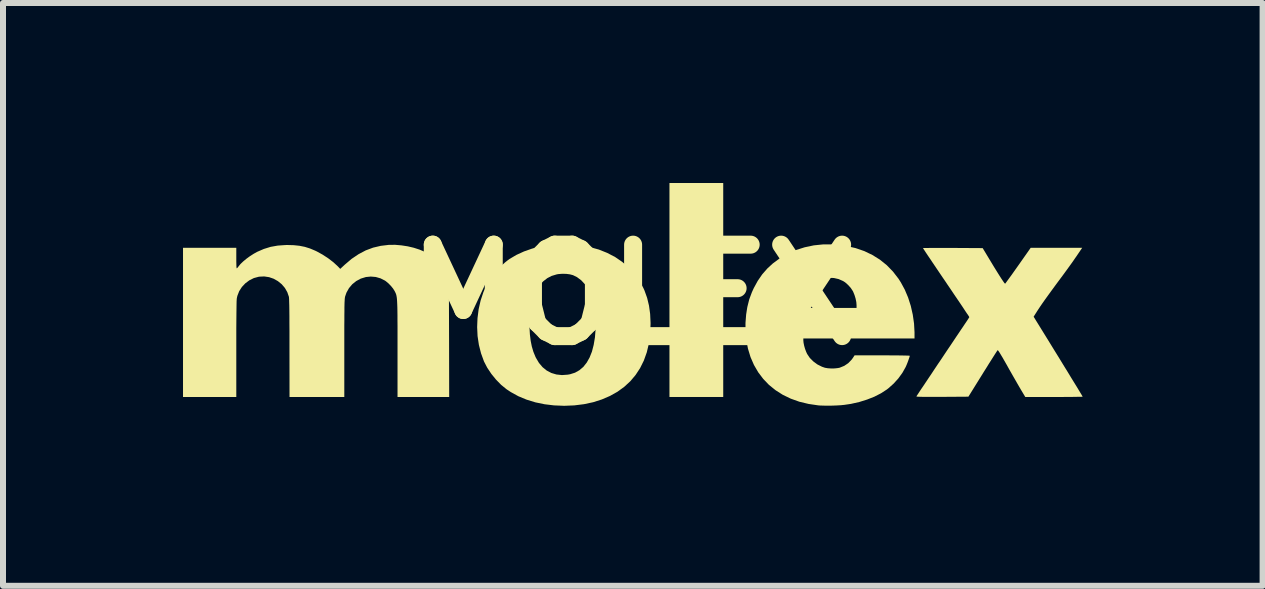
<source format=kicad_pcb>
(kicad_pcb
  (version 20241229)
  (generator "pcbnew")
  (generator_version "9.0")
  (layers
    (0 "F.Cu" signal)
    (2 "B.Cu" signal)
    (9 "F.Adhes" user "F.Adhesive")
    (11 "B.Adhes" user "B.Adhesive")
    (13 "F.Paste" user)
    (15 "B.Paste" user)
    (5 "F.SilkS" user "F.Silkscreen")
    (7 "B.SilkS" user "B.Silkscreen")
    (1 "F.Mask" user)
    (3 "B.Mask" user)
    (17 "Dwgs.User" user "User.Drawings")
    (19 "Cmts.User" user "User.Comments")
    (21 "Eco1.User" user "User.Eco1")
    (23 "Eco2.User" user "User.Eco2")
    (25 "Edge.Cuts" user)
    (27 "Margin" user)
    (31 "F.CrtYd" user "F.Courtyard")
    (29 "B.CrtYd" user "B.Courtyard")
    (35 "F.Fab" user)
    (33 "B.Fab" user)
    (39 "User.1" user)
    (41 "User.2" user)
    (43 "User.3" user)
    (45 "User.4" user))
  (footprint "MOLEX"
    (layer "F.Cu")
    (at 7.501 1.862)
    (property "Reference" "MOLEX" (at 0 0 0) (layer "F.SilkS") (effects (font (size 1.524 1.524) (thickness 0.3))))
    (attr board_only exclude_from_pos_files exclude_from_bom)
    (fp_poly (pts (xy 1.502 1.704) (xy 0.606 1.704) (xy 0.606 -1.862) (xy 1.502 -1.862)) (stroke (width 0) (type solid)) (fill yes) (layer "F.SilkS"))
    (fp_poly (pts (xy -0.952 -0.83) (xy -0.802 -0.81) (xy -0.72 -0.794) (xy -0.571 -0.753) (xy -0.431 -0.697) (xy -0.301 -0.629) (xy -0.182 -0.548) (xy -0.074 -0.455) (xy 0.021 -0.351) (xy 0.103 -0.237) (xy 0.171 -0.112) (xy 0.19 -0.07) (xy 0.234 0.053) (xy 0.265 0.182) (xy 0.284 0.32) (xy 0.291 0.469) (xy 0.291 0.487) (xy 0.284 0.655) (xy 0.263 0.813) (xy 0.228 0.96) (xy 0.179 1.097) (xy 0.116 1.224) (xy 0.041 1.338) (xy -0.047 1.442) (xy -0.148 1.535) (xy -0.261 1.617) (xy -0.386 1.687) (xy -0.521 1.745) (xy -0.665 1.791) (xy -0.819 1.824) (xy -0.98 1.844) (xy -1.148 1.851) (xy -1.318 1.844) (xy -1.476 1.825) (xy -1.63 1.793) (xy -1.776 1.748) (xy -1.913 1.691) (xy -2.038 1.622) (xy -2.108 1.576) (xy -2.199 1.502) (xy -2.285 1.414) (xy -2.363 1.318) (xy -2.431 1.216) (xy -2.484 1.114) (xy -2.485 1.112) (xy -2.534 0.977) (xy -2.57 0.836) (xy -2.592 0.689) (xy -2.599 0.54) (xy -2.596 0.458) (xy -1.729 0.458) (xy -1.727 0.54) (xy -1.72 0.661) (xy -1.707 0.767) (xy -1.688 0.862) (xy -1.662 0.95) (xy -1.629 1.031) (xy -1.62 1.05) (xy -1.569 1.136) (xy -1.509 1.207) (xy -1.44 1.263) (xy -1.362 1.304) (xy -1.278 1.329) (xy -1.186 1.339) (xy -1.089 1.332) (xy -1.05 1.325) (xy -0.968 1.299) (xy -0.895 1.258) (xy -0.829 1.202) (xy -0.773 1.131) (xy -0.725 1.046) (xy -0.686 0.948) (xy -0.657 0.836) (xy -0.636 0.711) (xy -0.625 0.573) (xy -0.624 0.482) (xy -0.629 0.345) (xy -0.645 0.218) (xy -0.67 0.101) (xy -0.706 -0.004) (xy -0.75 -0.096) (xy -0.804 -0.176) (xy -0.866 -0.242) (xy -0.936 -0.294) (xy -1.001 -0.326) (xy -1.054 -0.34) (xy -1.116 -0.348) (xy -1.183 -0.349) (xy -1.248 -0.344) (xy -1.274 -0.339) (xy -1.357 -0.314) (xy -1.429 -0.277) (xy -1.495 -0.226) (xy -1.51 -0.211) (xy -1.576 -0.132) (xy -1.631 -0.039) (xy -1.673 0.066) (xy -1.704 0.184) (xy -1.722 0.315) (xy -1.729 0.458) (xy -2.596 0.458) (xy -2.593 0.39) (xy -2.574 0.241) (xy -2.541 0.096) (xy -2.495 -0.043) (xy -2.437 -0.174) (xy -2.369 -0.29) (xy -2.336 -0.333) (xy -2.293 -0.383) (xy -2.243 -0.436) (xy -2.189 -0.489) (xy -2.136 -0.537) (xy -2.087 -0.576) (xy -2.06 -0.596) (xy -1.944 -0.664) (xy -1.817 -0.722) (xy -1.683 -0.769) (xy -1.568 -0.799) (xy -1.422 -0.823) (xy -1.267 -0.836) (xy -1.109 -0.839)) (stroke (width 0) (type solid)) (fill yes) (layer "F.SilkS"))
    (fp_poly (pts (xy 3.389 -0.835) (xy 3.553 -0.813) (xy 3.709 -0.777) (xy 3.854 -0.727) (xy 3.989 -0.662) (xy 4.114 -0.584) (xy 4.228 -0.492) (xy 4.331 -0.386) (xy 4.423 -0.267) (xy 4.462 -0.206) (xy 4.527 -0.086) (xy 4.583 0.046) (xy 4.628 0.187) (xy 4.661 0.333) (xy 4.682 0.48) (xy 4.69 0.625) (xy 4.69 0.633) (xy 4.69 0.729) (xy 2.837 0.729) (xy 2.837 0.763) (xy 2.841 0.802) (xy 2.851 0.851) (xy 2.866 0.903) (xy 2.885 0.953) (xy 2.9 0.986) (xy 2.945 1.053) (xy 3.004 1.112) (xy 3.072 1.162) (xy 3.148 1.2) (xy 3.197 1.217) (xy 3.245 1.225) (xy 3.301 1.229) (xy 3.359 1.228) (xy 3.413 1.222) (xy 3.443 1.216) (xy 3.519 1.185) (xy 3.586 1.14) (xy 3.642 1.082) (xy 3.663 1.053) (xy 3.691 1.01) (xy 4.151 1.01) (xy 4.239 1.01) (xy 4.321 1.011) (xy 4.397 1.011) (xy 4.463 1.012) (xy 4.52 1.013) (xy 4.564 1.014) (xy 4.594 1.015) (xy 4.61 1.017) (xy 4.611 1.017) (xy 4.608 1.032) (xy 4.599 1.059) (xy 4.587 1.094) (xy 4.573 1.132) (xy 4.558 1.169) (xy 4.544 1.201) (xy 4.541 1.207) (xy 4.488 1.301) (xy 4.421 1.394) (xy 4.342 1.481) (xy 4.256 1.558) (xy 4.229 1.579) (xy 4.132 1.642) (xy 4.021 1.699) (xy 3.899 1.747) (xy 3.768 1.788) (xy 3.63 1.819) (xy 3.522 1.835) (xy 3.464 1.841) (xy 3.396 1.845) (xy 3.322 1.848) (xy 3.247 1.849) (xy 3.177 1.848) (xy 3.116 1.846) (xy 3.088 1.844) (xy 2.925 1.82) (xy 2.771 1.783) (xy 2.628 1.732) (xy 2.495 1.668) (xy 2.374 1.591) (xy 2.265 1.503) (xy 2.169 1.403) (xy 2.085 1.292) (xy 2.014 1.17) (xy 1.957 1.039) (xy 1.914 0.898) (xy 1.886 0.749) (xy 1.873 0.591) (xy 1.873 0.47) (xy 1.884 0.329) (xy 1.901 0.22) (xy 2.837 0.22) (xy 3.724 0.22) (xy 3.724 0.173) (xy 3.72 0.122) (xy 3.708 0.064) (xy 3.69 0.005) (xy 3.668 -0.049) (xy 3.662 -0.061) (xy 3.628 -0.113) (xy 3.583 -0.163) (xy 3.533 -0.207) (xy 3.5 -0.228) (xy 3.425 -0.261) (xy 3.346 -0.279) (xy 3.264 -0.282) (xy 3.183 -0.271) (xy 3.106 -0.247) (xy 3.035 -0.209) (xy 2.973 -0.158) (xy 2.956 -0.14) (xy 2.919 -0.087) (xy 2.886 -0.023) (xy 2.86 0.048) (xy 2.843 0.119) (xy 2.837 0.182) (xy 2.837 0.22) (xy 1.901 0.22) (xy 1.905 0.199) (xy 1.936 0.076) (xy 1.98 -0.042) (xy 2.011 -0.11) (xy 2.077 -0.231) (xy 2.152 -0.34) (xy 2.238 -0.438) (xy 2.327 -0.52) (xy 2.447 -0.609) (xy 2.576 -0.684) (xy 2.714 -0.745) (xy 2.86 -0.791) (xy 3.012 -0.823) (xy 3.168 -0.839) (xy 3.328 -0.839)) (stroke (width 0) (type solid)) (fill yes) (layer "F.SilkS"))
    (fp_poly (pts (xy -3.862 -0.823) (xy -3.757 -0.807) (xy -3.655 -0.783) (xy -3.559 -0.752) (xy -3.474 -0.716) (xy -3.413 -0.682) (xy -3.35 -0.634) (xy -3.286 -0.573) (xy -3.225 -0.503) (xy -3.17 -0.427) (xy -3.124 -0.351) (xy -3.095 -0.289) (xy -3.07 -0.224) (xy -3.067 0.74) (xy -3.065 1.704) (xy -3.926 1.704) (xy -3.926 0.898) (xy -3.926 0.756) (xy -3.926 0.63) (xy -3.926 0.519) (xy -3.927 0.423) (xy -3.927 0.34) (xy -3.928 0.268) (xy -3.929 0.208) (xy -3.931 0.157) (xy -3.933 0.114) (xy -3.935 0.079) (xy -3.938 0.05) (xy -3.942 0.026) (xy -3.946 0.006) (xy -3.951 -0.011) (xy -3.957 -0.026) (xy -3.964 -0.041) (xy -3.972 -0.057) (xy -3.975 -0.063) (xy -4.001 -0.104) (xy -4.037 -0.148) (xy -4.078 -0.19) (xy -4.12 -0.225) (xy -4.136 -0.236) (xy -4.209 -0.273) (xy -4.289 -0.296) (xy -4.372 -0.303) (xy -4.453 -0.295) (xy -4.453 -0.295) (xy -4.538 -0.269) (xy -4.614 -0.228) (xy -4.68 -0.175) (xy -4.735 -0.11) (xy -4.777 -0.035) (xy -4.8 0.031) (xy -4.802 0.042) (xy -4.804 0.056) (xy -4.806 0.074) (xy -4.807 0.098) (xy -4.809 0.129) (xy -4.81 0.167) (xy -4.811 0.214) (xy -4.811 0.271) (xy -4.812 0.339) (xy -4.812 0.419) (xy -4.813 0.511) (xy -4.813 0.619) (xy -4.813 0.741) (xy -4.813 0.88) (xy -4.813 0.893) (xy -4.813 1.704) (xy -5.726 1.704) (xy -5.727 0.889) (xy -5.727 0.734) (xy -5.727 0.593) (xy -5.728 0.467) (xy -5.728 0.356) (xy -5.729 0.261) (xy -5.73 0.183) (xy -5.732 0.12) (xy -5.733 0.074) (xy -5.735 0.045) (xy -5.736 0.035) (xy -5.763 -0.043) (xy -5.803 -0.113) (xy -5.856 -0.175) (xy -5.92 -0.227) (xy -5.991 -0.267) (xy -6.067 -0.293) (xy -6.148 -0.305) (xy -6.23 -0.301) (xy -6.238 -0.3) (xy -6.32 -0.278) (xy -6.396 -0.24) (xy -6.463 -0.19) (xy -6.52 -0.129) (xy -6.565 -0.059) (xy -6.595 0.018) (xy -6.604 0.057) (xy -6.606 0.077) (xy -6.608 0.114) (xy -6.609 0.169) (xy -6.61 0.242) (xy -6.611 0.332) (xy -6.612 0.44) (xy -6.613 0.565) (xy -6.613 0.707) (xy -6.613 0.867) (xy -6.613 0.906) (xy -6.613 1.704) (xy -7.501 1.704) (xy -7.501 -0.782) (xy -6.613 -0.782) (xy -6.613 -0.61) (xy -6.613 -0.558) (xy -6.612 -0.512) (xy -6.611 -0.475) (xy -6.609 -0.45) (xy -6.606 -0.439) (xy -6.606 -0.439) (xy -6.597 -0.446) (xy -6.582 -0.463) (xy -6.574 -0.475) (xy -6.542 -0.513) (xy -6.498 -0.555) (xy -6.444 -0.6) (xy -6.385 -0.643) (xy -6.324 -0.682) (xy -6.267 -0.714) (xy -6.154 -0.763) (xy -6.041 -0.798) (xy -5.923 -0.819) (xy -5.796 -0.828) (xy -5.766 -0.829) (xy -5.657 -0.826) (xy -5.561 -0.816) (xy -5.471 -0.798) (xy -5.385 -0.771) (xy -5.297 -0.734) (xy -5.268 -0.72) (xy -5.174 -0.668) (xy -5.082 -0.608) (xy -4.997 -0.543) (xy -4.924 -0.476) (xy -4.915 -0.467) (xy -4.881 -0.431) (xy -4.804 -0.502) (xy -4.691 -0.598) (xy -4.575 -0.676) (xy -4.456 -0.739) (xy -4.333 -0.785) (xy -4.205 -0.815) (xy -4.071 -0.831) (xy -4.066 -0.831) (xy -3.966 -0.832)) (stroke (width 0) (type solid)) (fill yes) (layer "F.SilkS"))
    (fp_poly (pts (xy 7.392 -0.646) (xy 7.362 -0.603) (xy 7.325 -0.549) (xy 7.281 -0.488) (xy 7.234 -0.423) (xy 7.186 -0.357) (xy 7.139 -0.293) (xy 7.135 -0.288) (xy 7.054 -0.179) (xy 6.983 -0.082) (xy 6.921 0.003) (xy 6.867 0.078) (xy 6.821 0.143) (xy 6.782 0.2) (xy 6.749 0.25) (xy 6.732 0.276) (xy 6.675 0.366) (xy 6.924 0.769) (xy 7.013 0.914) (xy 7.096 1.048) (xy 7.171 1.171) (xy 7.239 1.281) (xy 7.299 1.38) (xy 7.352 1.466) (xy 7.397 1.539) (xy 7.433 1.599) (xy 7.461 1.645) (xy 7.48 1.677) (xy 7.49 1.695) (xy 7.492 1.699) (xy 7.483 1.7) (xy 7.459 1.701) (xy 7.42 1.701) (xy 7.368 1.702) (xy 7.305 1.703) (xy 7.233 1.703) (xy 7.153 1.704) (xy 7.066 1.704) (xy 7.014 1.704) (xy 6.536 1.704) (xy 6.461 1.579) (xy 6.435 1.534) (xy 6.403 1.479) (xy 6.367 1.416) (xy 6.329 1.35) (xy 6.292 1.285) (xy 6.273 1.252) (xy 6.227 1.169) (xy 6.188 1.101) (xy 6.156 1.045) (xy 6.13 1.002) (xy 6.111 0.97) (xy 6.096 0.947) (xy 6.086 0.933) (xy 6.079 0.926) (xy 6.075 0.924) (xy 6.069 0.932) (xy 6.055 0.953) (xy 6.033 0.987) (xy 6.005 1.031) (xy 5.971 1.085) (xy 5.932 1.146) (xy 5.89 1.214) (xy 5.844 1.287) (xy 5.828 1.313) (xy 5.588 1.699) (xy 5.152 1.702) (xy 5.05 1.702) (xy 4.964 1.702) (xy 4.894 1.702) (xy 4.837 1.702) (xy 4.794 1.701) (xy 4.761 1.7) (xy 4.739 1.699) (xy 4.727 1.697) (xy 4.722 1.694) (xy 4.722 1.693) (xy 4.728 1.683) (xy 4.743 1.661) (xy 4.766 1.626) (xy 4.796 1.58) (xy 4.833 1.526) (xy 4.875 1.463) (xy 4.921 1.394) (xy 4.971 1.32) (xy 5.023 1.241) (xy 5.077 1.16) (xy 5.133 1.078) (xy 5.188 0.995) (xy 5.242 0.914) (xy 5.295 0.836) (xy 5.345 0.761) (xy 5.391 0.692) (xy 5.433 0.63) (xy 5.469 0.576) (xy 5.5 0.531) (xy 5.523 0.496) (xy 5.538 0.474) (xy 5.539 0.472) (xy 5.563 0.437) (xy 5.583 0.406) (xy 5.597 0.384) (xy 5.603 0.373) (xy 5.603 0.373) (xy 5.599 0.365) (xy 5.585 0.343) (xy 5.562 0.31) (xy 5.532 0.265) (xy 5.496 0.21) (xy 5.453 0.146) (xy 5.404 0.074) (xy 5.351 -0.004) (xy 5.294 -0.089) (xy 5.234 -0.177) (xy 5.217 -0.203) (xy 5.156 -0.292) (xy 5.098 -0.378) (xy 5.044 -0.458) (xy 4.994 -0.532) (xy 4.95 -0.598) (xy 4.911 -0.655) (xy 4.879 -0.703) (xy 4.855 -0.74) (xy 4.838 -0.765) (xy 4.831 -0.776) (xy 4.831 -0.777) (xy 4.839 -0.778) (xy 4.864 -0.779) (xy 4.903 -0.779) (xy 4.954 -0.78) (xy 5.018 -0.78) (xy 5.09 -0.78) (xy 5.172 -0.78) (xy 5.259 -0.78) (xy 5.328 -0.78) (xy 5.826 -0.777) (xy 5.961 -0.553) (xy 6.016 -0.462) (xy 6.065 -0.383) (xy 6.107 -0.316) (xy 6.141 -0.263) (xy 6.168 -0.223) (xy 6.187 -0.196) (xy 6.198 -0.185) (xy 6.2 -0.184) (xy 6.206 -0.191) (xy 6.221 -0.211) (xy 6.244 -0.243) (xy 6.274 -0.284) (xy 6.31 -0.333) (xy 6.35 -0.39) (xy 6.394 -0.452) (xy 6.416 -0.483) (xy 6.626 -0.782) (xy 7.484 -0.782)) (stroke (width 0) (type solid)) (fill yes) (layer "F.SilkS")))
  (gr_rect
    (start -3 -3)
    (end 17.992 6.713)
    (stroke (width 0.1) (type default))
    (fill no)
    (layer "Edge.Cuts")))
</source>
